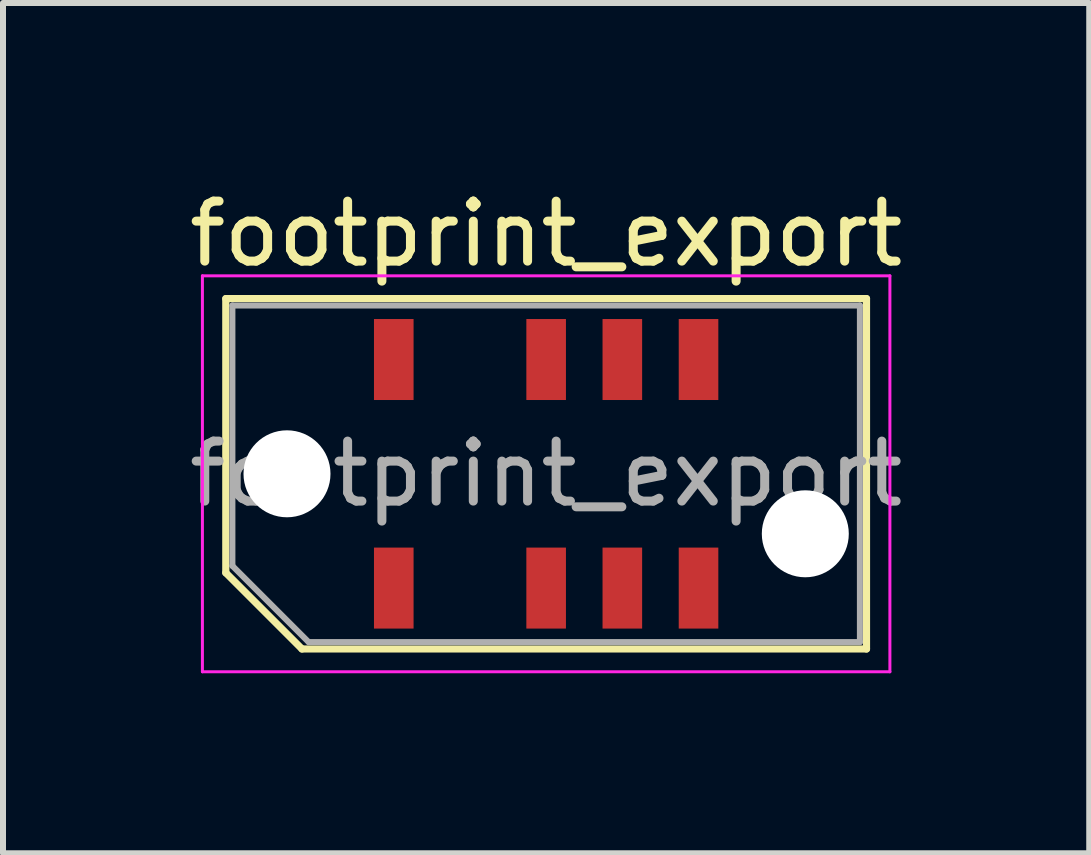
<source format=kicad_pcb>
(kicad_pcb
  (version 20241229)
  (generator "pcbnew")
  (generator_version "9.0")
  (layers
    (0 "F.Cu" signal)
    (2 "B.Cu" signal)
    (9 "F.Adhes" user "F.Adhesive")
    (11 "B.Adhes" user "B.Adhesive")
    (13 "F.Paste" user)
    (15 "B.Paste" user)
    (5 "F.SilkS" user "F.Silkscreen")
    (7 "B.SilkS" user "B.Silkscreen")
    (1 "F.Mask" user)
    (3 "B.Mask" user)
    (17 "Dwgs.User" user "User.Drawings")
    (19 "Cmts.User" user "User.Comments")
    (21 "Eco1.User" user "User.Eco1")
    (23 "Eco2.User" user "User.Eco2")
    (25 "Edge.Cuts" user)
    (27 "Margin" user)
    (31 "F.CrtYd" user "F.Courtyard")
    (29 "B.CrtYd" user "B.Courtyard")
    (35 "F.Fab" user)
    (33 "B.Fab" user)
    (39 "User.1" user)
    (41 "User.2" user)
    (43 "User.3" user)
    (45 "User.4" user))
  (footprint "footprint_export"
    (layer "F.Cu")
    (at 6.054 4.848)
    (property "Reference" "footprint_export" (at 0 -4 0) (layer "F.SilkS") (effects (font (size 1 1) (thickness 0.15))))
    (attr smd)
    (fp_line (start -5.34 -2.92) (end 5.34 -2.92) (stroke (width 0.12) (type solid)) (layer "F.SilkS"))
    (fp_line (start -5.34 1.65) (end -5.34 -2.92) (stroke (width 0.12) (type solid)) (layer "F.SilkS"))
    (fp_line (start -4.07 2.92) (end -5.34 1.65) (stroke (width 0.12) (type solid)) (layer "F.SilkS"))
    (fp_line (start -4.07 2.92) (end 5.34 2.92) (stroke (width 0.12) (type solid)) (layer "F.SilkS"))
    (fp_line (start 5.34 2.92) (end 5.34 -2.92) (stroke (width 0.12) (type solid)) (layer "F.SilkS"))
    (fp_line (start -5.73 -3.3) (end -5.73 3.3) (stroke (width 0.05) (type solid)) (layer "F.CrtYd"))
    (fp_line (start -5.73 3.3) (end 5.73 3.3) (stroke (width 0.05) (type solid)) (layer "F.CrtYd"))
    (fp_line (start 5.73 -3.3) (end -5.73 -3.3) (stroke (width 0.05) (type solid)) (layer "F.CrtYd"))
    (fp_line (start 5.73 3.3) (end 5.73 -3.3) (stroke (width 0.05) (type solid)) (layer "F.CrtYd"))
    (fp_line (start -5.23 -2.805) (end 5.23 -2.805) (stroke (width 0.1) (type solid)) (layer "F.Fab"))
    (fp_line (start -5.23 1.535) (end -5.23 -2.805) (stroke (width 0.1) (type solid)) (layer "F.Fab"))
    (fp_line (start -5.23 1.535) (end -3.96 2.805) (stroke (width 0.1) (type solid)) (layer "F.Fab"))
    (fp_line (start -3.96 2.805) (end 5.23 2.805) (stroke (width 0.1) (type solid)) (layer "F.Fab"))
    (fp_line (start 5.23 2.805) (end 5.23 -2.805) (stroke (width 0.1) (type solid)) (layer "F.Fab"))
    (fp_text user "${REFERENCE}" (at 0 0 0) (layer "F.Fab") (effects (font (size 1 1) (thickness 0.15))))
    (pad "" np_thru_hole circle (at -4.32 0) (size 1.45 1.45) (drill 1.45) (layers "*.Cu" "*.Mask"))
    (pad "" np_thru_hole circle (at 4.32 1) (size 1.45 1.45) (drill 1.45) (layers "*.Cu" "*.Mask"))
    (pad "1" smd rect (at -2.54 1.905) (size 0.66 1.35) (layers "F.Cu" "F.Mask" "F.Paste"))
    (pad "2" smd rect (at -2.54 -1.905) (size 0.66 1.35) (layers "F.Cu" "F.Mask" "F.Paste"))
    (pad "5" smd rect (at 0 1.905) (size 0.66 1.35) (layers "F.Cu" "F.Mask" "F.Paste"))
    (pad "6" smd rect (at 0 -1.905) (size 0.66 1.35) (layers "F.Cu" "F.Mask" "F.Paste"))
    (pad "7" smd rect (at 1.27 1.905) (size 0.66 1.35) (layers "F.Cu" "F.Mask" "F.Paste"))
    (pad "8" smd rect (at 1.27 -1.905) (size 0.66 1.35) (layers "F.Cu" "F.Mask" "F.Paste"))
    (pad "9" smd rect (at 2.54 1.905) (size 0.66 1.35) (layers "F.Cu" "F.Mask" "F.Paste"))
    (pad "10" smd rect (at 2.54 -1.905) (size 0.66 1.35) (layers "F.Cu" "F.Mask" "F.Paste")))
  (gr_rect
    (start -3 -3)
    (end 15.107 11.173)
    (stroke (width 0.1) (type default))
    (fill no)
    (layer "Edge.Cuts")))
</source>
